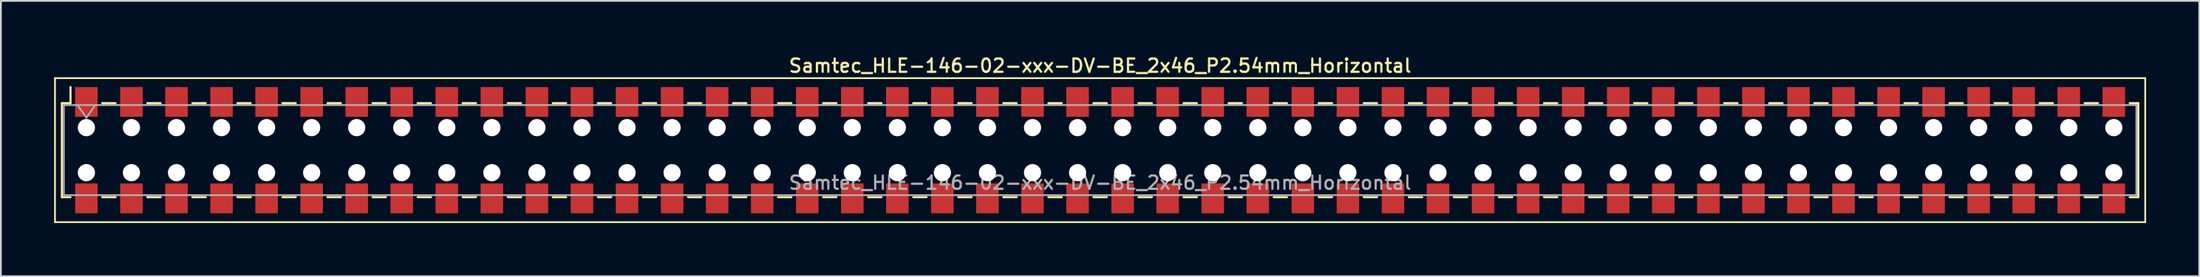
<source format=kicad_pcb>
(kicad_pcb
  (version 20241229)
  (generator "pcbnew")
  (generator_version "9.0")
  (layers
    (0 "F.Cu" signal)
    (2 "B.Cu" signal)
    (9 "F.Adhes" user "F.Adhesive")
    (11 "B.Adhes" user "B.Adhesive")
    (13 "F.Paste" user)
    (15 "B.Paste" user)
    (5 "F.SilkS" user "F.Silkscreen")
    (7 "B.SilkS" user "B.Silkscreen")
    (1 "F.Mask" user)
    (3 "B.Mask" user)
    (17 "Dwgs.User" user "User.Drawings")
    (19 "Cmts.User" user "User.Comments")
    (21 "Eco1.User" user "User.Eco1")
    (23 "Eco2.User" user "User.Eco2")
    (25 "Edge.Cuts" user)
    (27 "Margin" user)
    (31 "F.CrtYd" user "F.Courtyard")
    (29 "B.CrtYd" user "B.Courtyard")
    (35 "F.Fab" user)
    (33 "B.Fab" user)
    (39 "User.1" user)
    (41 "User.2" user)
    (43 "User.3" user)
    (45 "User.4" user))
  (footprint "Samtec_HLE-146-02-xxx-DV-BE_2x46_P2.54mm_Horizontal"
    (layer "F.Cu")
    (at 58.97 5.418)
    (property "Reference" "Samtec_HLE-146-02-xxx-DV-BE_2x46_P2.54mm_Horizontal" (at 0 -4.76 0) (layer "F.SilkS") (effects (font (size 0.75 0.75) (thickness 0.125))))
    (attr smd)
    (fp_line (start -58.92 -4.06) (end 58.92 -4.06) (stroke (width 0.1) (type solid)) (layer "F.SilkS"))
    (fp_line (start -58.92 4.06) (end -58.92 -4.06) (stroke (width 0.1) (type solid)) (layer "F.SilkS"))
    (fp_line (start -58.53 -2.65) (end -58.53 2.65) (stroke (width 0.12) (type solid)) (layer "F.SilkS"))
    (fp_line (start -58.53 2.65) (end -58.045 2.65) (stroke (width 0.12) (type solid)) (layer "F.SilkS"))
    (fp_line (start -58.045 -3.56) (end -58.045 -2.65) (stroke (width 0.12) (type solid)) (layer "F.SilkS"))
    (fp_line (start -58.045 -2.65) (end -58.53 -2.65) (stroke (width 0.12) (type solid)) (layer "F.SilkS"))
    (fp_line (start -56.255 -2.65) (end -55.505 -2.65) (stroke (width 0.12) (type solid)) (layer "F.SilkS"))
    (fp_line (start -56.255 2.65) (end -55.505 2.65) (stroke (width 0.12) (type solid)) (layer "F.SilkS"))
    (fp_line (start -53.715 -2.65) (end -52.965 -2.65) (stroke (width 0.12) (type solid)) (layer "F.SilkS"))
    (fp_line (start -53.715 2.65) (end -52.965 2.65) (stroke (width 0.12) (type solid)) (layer "F.SilkS"))
    (fp_line (start -51.175 -2.65) (end -50.425 -2.65) (stroke (width 0.12) (type solid)) (layer "F.SilkS"))
    (fp_line (start -51.175 2.65) (end -50.425 2.65) (stroke (width 0.12) (type solid)) (layer "F.SilkS"))
    (fp_line (start -48.635 -2.65) (end -47.885 -2.65) (stroke (width 0.12) (type solid)) (layer "F.SilkS"))
    (fp_line (start -48.635 2.65) (end -47.885 2.65) (stroke (width 0.12) (type solid)) (layer "F.SilkS"))
    (fp_line (start -46.095 -2.65) (end -45.345 -2.65) (stroke (width 0.12) (type solid)) (layer "F.SilkS"))
    (fp_line (start -46.095 2.65) (end -45.345 2.65) (stroke (width 0.12) (type solid)) (layer "F.SilkS"))
    (fp_line (start -43.555 -2.65) (end -42.805 -2.65) (stroke (width 0.12) (type solid)) (layer "F.SilkS"))
    (fp_line (start -43.555 2.65) (end -42.805 2.65) (stroke (width 0.12) (type solid)) (layer "F.SilkS"))
    (fp_line (start -41.015 -2.65) (end -40.265 -2.65) (stroke (width 0.12) (type solid)) (layer "F.SilkS"))
    (fp_line (start -41.015 2.65) (end -40.265 2.65) (stroke (width 0.12) (type solid)) (layer "F.SilkS"))
    (fp_line (start -38.475 -2.65) (end -37.725 -2.65) (stroke (width 0.12) (type solid)) (layer "F.SilkS"))
    (fp_line (start -38.475 2.65) (end -37.725 2.65) (stroke (width 0.12) (type solid)) (layer "F.SilkS"))
    (fp_line (start -35.935 -2.65) (end -35.185 -2.65) (stroke (width 0.12) (type solid)) (layer "F.SilkS"))
    (fp_line (start -35.935 2.65) (end -35.185 2.65) (stroke (width 0.12) (type solid)) (layer "F.SilkS"))
    (fp_line (start -33.395 -2.65) (end -32.645 -2.65) (stroke (width 0.12) (type solid)) (layer "F.SilkS"))
    (fp_line (start -33.395 2.65) (end -32.645 2.65) (stroke (width 0.12) (type solid)) (layer "F.SilkS"))
    (fp_line (start -30.855 -2.65) (end -30.105 -2.65) (stroke (width 0.12) (type solid)) (layer "F.SilkS"))
    (fp_line (start -30.855 2.65) (end -30.105 2.65) (stroke (width 0.12) (type solid)) (layer "F.SilkS"))
    (fp_line (start -28.315 -2.65) (end -27.565 -2.65) (stroke (width 0.12) (type solid)) (layer "F.SilkS"))
    (fp_line (start -28.315 2.65) (end -27.565 2.65) (stroke (width 0.12) (type solid)) (layer "F.SilkS"))
    (fp_line (start -25.775 -2.65) (end -25.025 -2.65) (stroke (width 0.12) (type solid)) (layer "F.SilkS"))
    (fp_line (start -25.775 2.65) (end -25.025 2.65) (stroke (width 0.12) (type solid)) (layer "F.SilkS"))
    (fp_line (start -23.235 -2.65) (end -22.485 -2.65) (stroke (width 0.12) (type solid)) (layer "F.SilkS"))
    (fp_line (start -23.235 2.65) (end -22.485 2.65) (stroke (width 0.12) (type solid)) (layer "F.SilkS"))
    (fp_line (start -20.695 -2.65) (end -19.945 -2.65) (stroke (width 0.12) (type solid)) (layer "F.SilkS"))
    (fp_line (start -20.695 2.65) (end -19.945 2.65) (stroke (width 0.12) (type solid)) (layer "F.SilkS"))
    (fp_line (start -18.155 -2.65) (end -17.405 -2.65) (stroke (width 0.12) (type solid)) (layer "F.SilkS"))
    (fp_line (start -18.155 2.65) (end -17.405 2.65) (stroke (width 0.12) (type solid)) (layer "F.SilkS"))
    (fp_line (start -15.615 -2.65) (end -14.865 -2.65) (stroke (width 0.12) (type solid)) (layer "F.SilkS"))
    (fp_line (start -15.615 2.65) (end -14.865 2.65) (stroke (width 0.12) (type solid)) (layer "F.SilkS"))
    (fp_line (start -13.075 -2.65) (end -12.325 -2.65) (stroke (width 0.12) (type solid)) (layer "F.SilkS"))
    (fp_line (start -13.075 2.65) (end -12.325 2.65) (stroke (width 0.12) (type solid)) (layer "F.SilkS"))
    (fp_line (start -10.535 -2.65) (end -9.785 -2.65) (stroke (width 0.12) (type solid)) (layer "F.SilkS"))
    (fp_line (start -10.535 2.65) (end -9.785 2.65) (stroke (width 0.12) (type solid)) (layer "F.SilkS"))
    (fp_line (start -7.995 -2.65) (end -7.245 -2.65) (stroke (width 0.12) (type solid)) (layer "F.SilkS"))
    (fp_line (start -7.995 2.65) (end -7.245 2.65) (stroke (width 0.12) (type solid)) (layer "F.SilkS"))
    (fp_line (start -5.455 -2.65) (end -4.705 -2.65) (stroke (width 0.12) (type solid)) (layer "F.SilkS"))
    (fp_line (start -5.455 2.65) (end -4.705 2.65) (stroke (width 0.12) (type solid)) (layer "F.SilkS"))
    (fp_line (start -2.915 -2.65) (end -2.165 -2.65) (stroke (width 0.12) (type solid)) (layer "F.SilkS"))
    (fp_line (start -2.915 2.65) (end -2.165 2.65) (stroke (width 0.12) (type solid)) (layer "F.SilkS"))
    (fp_line (start -0.375 -2.65) (end 0.375 -2.65) (stroke (width 0.12) (type solid)) (layer "F.SilkS"))
    (fp_line (start -0.375 2.65) (end 0.375 2.65) (stroke (width 0.12) (type solid)) (layer "F.SilkS"))
    (fp_line (start 2.165 -2.65) (end 2.915 -2.65) (stroke (width 0.12) (type solid)) (layer "F.SilkS"))
    (fp_line (start 2.165 2.65) (end 2.915 2.65) (stroke (width 0.12) (type solid)) (layer "F.SilkS"))
    (fp_line (start 4.705 -2.65) (end 5.455 -2.65) (stroke (width 0.12) (type solid)) (layer "F.SilkS"))
    (fp_line (start 4.705 2.65) (end 5.455 2.65) (stroke (width 0.12) (type solid)) (layer "F.SilkS"))
    (fp_line (start 7.245 -2.65) (end 7.995 -2.65) (stroke (width 0.12) (type solid)) (layer "F.SilkS"))
    (fp_line (start 7.245 2.65) (end 7.995 2.65) (stroke (width 0.12) (type solid)) (layer "F.SilkS"))
    (fp_line (start 9.785 -2.65) (end 10.535 -2.65) (stroke (width 0.12) (type solid)) (layer "F.SilkS"))
    (fp_line (start 9.785 2.65) (end 10.535 2.65) (stroke (width 0.12) (type solid)) (layer "F.SilkS"))
    (fp_line (start 12.325 -2.65) (end 13.075 -2.65) (stroke (width 0.12) (type solid)) (layer "F.SilkS"))
    (fp_line (start 12.325 2.65) (end 13.075 2.65) (stroke (width 0.12) (type solid)) (layer "F.SilkS"))
    (fp_line (start 14.865 -2.65) (end 15.615 -2.65) (stroke (width 0.12) (type solid)) (layer "F.SilkS"))
    (fp_line (start 14.865 2.65) (end 15.615 2.65) (stroke (width 0.12) (type solid)) (layer "F.SilkS"))
    (fp_line (start 17.405 -2.65) (end 18.155 -2.65) (stroke (width 0.12) (type solid)) (layer "F.SilkS"))
    (fp_line (start 17.405 2.65) (end 18.155 2.65) (stroke (width 0.12) (type solid)) (layer "F.SilkS"))
    (fp_line (start 19.945 -2.65) (end 20.695 -2.65) (stroke (width 0.12) (type solid)) (layer "F.SilkS"))
    (fp_line (start 19.945 2.65) (end 20.695 2.65) (stroke (width 0.12) (type solid)) (layer "F.SilkS"))
    (fp_line (start 22.485 -2.65) (end 23.235 -2.65) (stroke (width 0.12) (type solid)) (layer "F.SilkS"))
    (fp_line (start 22.485 2.65) (end 23.235 2.65) (stroke (width 0.12) (type solid)) (layer "F.SilkS"))
    (fp_line (start 25.025 -2.65) (end 25.775 -2.65) (stroke (width 0.12) (type solid)) (layer "F.SilkS"))
    (fp_line (start 25.025 2.65) (end 25.775 2.65) (stroke (width 0.12) (type solid)) (layer "F.SilkS"))
    (fp_line (start 27.565 -2.65) (end 28.315 -2.65) (stroke (width 0.12) (type solid)) (layer "F.SilkS"))
    (fp_line (start 27.565 2.65) (end 28.315 2.65) (stroke (width 0.12) (type solid)) (layer "F.SilkS"))
    (fp_line (start 30.105 -2.65) (end 30.855 -2.65) (stroke (width 0.12) (type solid)) (layer "F.SilkS"))
    (fp_line (start 30.105 2.65) (end 30.855 2.65) (stroke (width 0.12) (type solid)) (layer "F.SilkS"))
    (fp_line (start 32.645 -2.65) (end 33.395 -2.65) (stroke (width 0.12) (type solid)) (layer "F.SilkS"))
    (fp_line (start 32.645 2.65) (end 33.395 2.65) (stroke (width 0.12) (type solid)) (layer "F.SilkS"))
    (fp_line (start 35.185 -2.65) (end 35.935 -2.65) (stroke (width 0.12) (type solid)) (layer "F.SilkS"))
    (fp_line (start 35.185 2.65) (end 35.935 2.65) (stroke (width 0.12) (type solid)) (layer "F.SilkS"))
    (fp_line (start 37.725 -2.65) (end 38.475 -2.65) (stroke (width 0.12) (type solid)) (layer "F.SilkS"))
    (fp_line (start 37.725 2.65) (end 38.475 2.65) (stroke (width 0.12) (type solid)) (layer "F.SilkS"))
    (fp_line (start 40.265 -2.65) (end 41.015 -2.65) (stroke (width 0.12) (type solid)) (layer "F.SilkS"))
    (fp_line (start 40.265 2.65) (end 41.015 2.65) (stroke (width 0.12) (type solid)) (layer "F.SilkS"))
    (fp_line (start 42.805 -2.65) (end 43.555 -2.65) (stroke (width 0.12) (type solid)) (layer "F.SilkS"))
    (fp_line (start 42.805 2.65) (end 43.555 2.65) (stroke (width 0.12) (type solid)) (layer "F.SilkS"))
    (fp_line (start 45.345 -2.65) (end 46.095 -2.65) (stroke (width 0.12) (type solid)) (layer "F.SilkS"))
    (fp_line (start 45.345 2.65) (end 46.095 2.65) (stroke (width 0.12) (type solid)) (layer "F.SilkS"))
    (fp_line (start 47.885 -2.65) (end 48.635 -2.65) (stroke (width 0.12) (type solid)) (layer "F.SilkS"))
    (fp_line (start 47.885 2.65) (end 48.635 2.65) (stroke (width 0.12) (type solid)) (layer "F.SilkS"))
    (fp_line (start 50.425 -2.65) (end 51.175 -2.65) (stroke (width 0.12) (type solid)) (layer "F.SilkS"))
    (fp_line (start 50.425 2.65) (end 51.175 2.65) (stroke (width 0.12) (type solid)) (layer "F.SilkS"))
    (fp_line (start 52.965 -2.65) (end 53.715 -2.65) (stroke (width 0.12) (type solid)) (layer "F.SilkS"))
    (fp_line (start 52.965 2.65) (end 53.715 2.65) (stroke (width 0.12) (type solid)) (layer "F.SilkS"))
    (fp_line (start 55.505 -2.65) (end 56.255 -2.65) (stroke (width 0.12) (type solid)) (layer "F.SilkS"))
    (fp_line (start 55.505 2.65) (end 56.255 2.65) (stroke (width 0.12) (type solid)) (layer "F.SilkS"))
    (fp_line (start 58.045 -2.65) (end 58.53 -2.65) (stroke (width 0.12) (type solid)) (layer "F.SilkS"))
    (fp_line (start 58.53 -2.65) (end 58.53 2.65) (stroke (width 0.12) (type solid)) (layer "F.SilkS"))
    (fp_line (start 58.53 2.65) (end 58.045 2.65) (stroke (width 0.12) (type solid)) (layer "F.SilkS"))
    (fp_line (start 58.92 -4.06) (end 58.92 4.06) (stroke (width 0.1) (type solid)) (layer "F.SilkS"))
    (fp_line (start 58.92 4.06) (end -58.92 4.06) (stroke (width 0.1) (type solid)) (layer "F.SilkS"))
    (fp_line (start -58.42 -2.54) (end 58.42 -2.54) (stroke (width 0.1) (type solid)) (layer "F.Fab"))
    (fp_line (start -58.42 2.54) (end -58.42 -2.54) (stroke (width 0.1) (type solid)) (layer "F.Fab"))
    (fp_line (start -57.65 -2.54) (end -57.15 -1.833) (stroke (width 0.1) (type solid)) (layer "F.Fab"))
    (fp_line (start -57.15 -1.833) (end -56.65 -2.54) (stroke (width 0.1) (type solid)) (layer "F.Fab"))
    (fp_line (start 58.42 -2.54) (end 58.42 2.54) (stroke (width 0.1) (type solid)) (layer "F.Fab"))
    (fp_line (start 58.42 2.54) (end -58.42 2.54) (stroke (width 0.1) (type solid)) (layer "F.Fab"))
    (fp_text user "${REFERENCE}" (at 0 1.84 0) (layer "F.Fab") (effects (font (size 0.75 0.75) (thickness 0.125))))
    (pad "" np_thru_hole circle (at -57.15 -1.27) (size 0.97 0.97) (drill 0.97) (layers "*.Cu" "*.Mask"))
    (pad "" np_thru_hole circle (at -57.15 1.27) (size 0.97 0.97) (drill 0.97) (layers "*.Cu" "*.Mask"))
    (pad "" np_thru_hole circle (at -54.61 -1.27) (size 0.97 0.97) (drill 0.97) (layers "*.Cu" "*.Mask"))
    (pad "" np_thru_hole circle (at -54.61 1.27) (size 0.97 0.97) (drill 0.97) (layers "*.Cu" "*.Mask"))
    (pad "" np_thru_hole circle (at -52.07 -1.27) (size 0.97 0.97) (drill 0.97) (layers "*.Cu" "*.Mask"))
    (pad "" np_thru_hole circle (at -52.07 1.27) (size 0.97 0.97) (drill 0.97) (layers "*.Cu" "*.Mask"))
    (pad "" np_thru_hole circle (at -49.53 -1.27) (size 0.97 0.97) (drill 0.97) (layers "*.Cu" "*.Mask"))
    (pad "" np_thru_hole circle (at -49.53 1.27) (size 0.97 0.97) (drill 0.97) (layers "*.Cu" "*.Mask"))
    (pad "" np_thru_hole circle (at -46.99 -1.27) (size 0.97 0.97) (drill 0.97) (layers "*.Cu" "*.Mask"))
    (pad "" np_thru_hole circle (at -46.99 1.27) (size 0.97 0.97) (drill 0.97) (layers "*.Cu" "*.Mask"))
    (pad "" np_thru_hole circle (at -44.45 -1.27) (size 0.97 0.97) (drill 0.97) (layers "*.Cu" "*.Mask"))
    (pad "" np_thru_hole circle (at -44.45 1.27) (size 0.97 0.97) (drill 0.97) (layers "*.Cu" "*.Mask"))
    (pad "" np_thru_hole circle (at -41.91 -1.27) (size 0.97 0.97) (drill 0.97) (layers "*.Cu" "*.Mask"))
    (pad "" np_thru_hole circle (at -41.91 1.27) (size 0.97 0.97) (drill 0.97) (layers "*.Cu" "*.Mask"))
    (pad "" np_thru_hole circle (at -39.37 -1.27) (size 0.97 0.97) (drill 0.97) (layers "*.Cu" "*.Mask"))
    (pad "" np_thru_hole circle (at -39.37 1.27) (size 0.97 0.97) (drill 0.97) (layers "*.Cu" "*.Mask"))
    (pad "" np_thru_hole circle (at -36.83 -1.27) (size 0.97 0.97) (drill 0.97) (layers "*.Cu" "*.Mask"))
    (pad "" np_thru_hole circle (at -36.83 1.27) (size 0.97 0.97) (drill 0.97) (layers "*.Cu" "*.Mask"))
    (pad "" np_thru_hole circle (at -34.29 -1.27) (size 0.97 0.97) (drill 0.97) (layers "*.Cu" "*.Mask"))
    (pad "" np_thru_hole circle (at -34.29 1.27) (size 0.97 0.97) (drill 0.97) (layers "*.Cu" "*.Mask"))
    (pad "" np_thru_hole circle (at -31.75 -1.27) (size 0.97 0.97) (drill 0.97) (layers "*.Cu" "*.Mask"))
    (pad "" np_thru_hole circle (at -31.75 1.27) (size 0.97 0.97) (drill 0.97) (layers "*.Cu" "*.Mask"))
    (pad "" np_thru_hole circle (at -29.21 -1.27) (size 0.97 0.97) (drill 0.97) (layers "*.Cu" "*.Mask"))
    (pad "" np_thru_hole circle (at -29.21 1.27) (size 0.97 0.97) (drill 0.97) (layers "*.Cu" "*.Mask"))
    (pad "" np_thru_hole circle (at -26.67 -1.27) (size 0.97 0.97) (drill 0.97) (layers "*.Cu" "*.Mask"))
    (pad "" np_thru_hole circle (at -26.67 1.27) (size 0.97 0.97) (drill 0.97) (layers "*.Cu" "*.Mask"))
    (pad "" np_thru_hole circle (at -24.13 -1.27) (size 0.97 0.97) (drill 0.97) (layers "*.Cu" "*.Mask"))
    (pad "" np_thru_hole circle (at -24.13 1.27) (size 0.97 0.97) (drill 0.97) (layers "*.Cu" "*.Mask"))
    (pad "" np_thru_hole circle (at -21.59 -1.27) (size 0.97 0.97) (drill 0.97) (layers "*.Cu" "*.Mask"))
    (pad "" np_thru_hole circle (at -21.59 1.27) (size 0.97 0.97) (drill 0.97) (layers "*.Cu" "*.Mask"))
    (pad "" np_thru_hole circle (at -19.05 -1.27) (size 0.97 0.97) (drill 0.97) (layers "*.Cu" "*.Mask"))
    (pad "" np_thru_hole circle (at -19.05 1.27) (size 0.97 0.97) (drill 0.97) (layers "*.Cu" "*.Mask"))
    (pad "" np_thru_hole circle (at -16.51 -1.27) (size 0.97 0.97) (drill 0.97) (layers "*.Cu" "*.Mask"))
    (pad "" np_thru_hole circle (at -16.51 1.27) (size 0.97 0.97) (drill 0.97) (layers "*.Cu" "*.Mask"))
    (pad "" np_thru_hole circle (at -13.97 -1.27) (size 0.97 0.97) (drill 0.97) (layers "*.Cu" "*.Mask"))
    (pad "" np_thru_hole circle (at -13.97 1.27) (size 0.97 0.97) (drill 0.97) (layers "*.Cu" "*.Mask"))
    (pad "" np_thru_hole circle (at -11.43 -1.27) (size 0.97 0.97) (drill 0.97) (layers "*.Cu" "*.Mask"))
    (pad "" np_thru_hole circle (at -11.43 1.27) (size 0.97 0.97) (drill 0.97) (layers "*.Cu" "*.Mask"))
    (pad "" np_thru_hole circle (at -8.89 -1.27) (size 0.97 0.97) (drill 0.97) (layers "*.Cu" "*.Mask"))
    (pad "" np_thru_hole circle (at -8.89 1.27) (size 0.97 0.97) (drill 0.97) (layers "*.Cu" "*.Mask"))
    (pad "" np_thru_hole circle (at -6.35 -1.27) (size 0.97 0.97) (drill 0.97) (layers "*.Cu" "*.Mask"))
    (pad "" np_thru_hole circle (at -6.35 1.27) (size 0.97 0.97) (drill 0.97) (layers "*.Cu" "*.Mask"))
    (pad "" np_thru_hole circle (at -3.81 -1.27) (size 0.97 0.97) (drill 0.97) (layers "*.Cu" "*.Mask"))
    (pad "" np_thru_hole circle (at -3.81 1.27) (size 0.97 0.97) (drill 0.97) (layers "*.Cu" "*.Mask"))
    (pad "" np_thru_hole circle (at -1.27 -1.27) (size 0.97 0.97) (drill 0.97) (layers "*.Cu" "*.Mask"))
    (pad "" np_thru_hole circle (at -1.27 1.27) (size 0.97 0.97) (drill 0.97) (layers "*.Cu" "*.Mask"))
    (pad "" np_thru_hole circle (at 1.27 -1.27) (size 0.97 0.97) (drill 0.97) (layers "*.Cu" "*.Mask"))
    (pad "" np_thru_hole circle (at 1.27 1.27) (size 0.97 0.97) (drill 0.97) (layers "*.Cu" "*.Mask"))
    (pad "" np_thru_hole circle (at 3.81 -1.27) (size 0.97 0.97) (drill 0.97) (layers "*.Cu" "*.Mask"))
    (pad "" np_thru_hole circle (at 3.81 1.27) (size 0.97 0.97) (drill 0.97) (layers "*.Cu" "*.Mask"))
    (pad "" np_thru_hole circle (at 6.35 -1.27) (size 0.97 0.97) (drill 0.97) (layers "*.Cu" "*.Mask"))
    (pad "" np_thru_hole circle (at 6.35 1.27) (size 0.97 0.97) (drill 0.97) (layers "*.Cu" "*.Mask"))
    (pad "" np_thru_hole circle (at 8.89 -1.27) (size 0.97 0.97) (drill 0.97) (layers "*.Cu" "*.Mask"))
    (pad "" np_thru_hole circle (at 8.89 1.27) (size 0.97 0.97) (drill 0.97) (layers "*.Cu" "*.Mask"))
    (pad "" np_thru_hole circle (at 11.43 -1.27) (size 0.97 0.97) (drill 0.97) (layers "*.Cu" "*.Mask"))
    (pad "" np_thru_hole circle (at 11.43 1.27) (size 0.97 0.97) (drill 0.97) (layers "*.Cu" "*.Mask"))
    (pad "" np_thru_hole circle (at 13.97 -1.27) (size 0.97 0.97) (drill 0.97) (layers "*.Cu" "*.Mask"))
    (pad "" np_thru_hole circle (at 13.97 1.27) (size 0.97 0.97) (drill 0.97) (layers "*.Cu" "*.Mask"))
    (pad "" np_thru_hole circle (at 16.51 -1.27) (size 0.97 0.97) (drill 0.97) (layers "*.Cu" "*.Mask"))
    (pad "" np_thru_hole circle (at 16.51 1.27) (size 0.97 0.97) (drill 0.97) (layers "*.Cu" "*.Mask"))
    (pad "" np_thru_hole circle (at 19.05 -1.27) (size 0.97 0.97) (drill 0.97) (layers "*.Cu" "*.Mask"))
    (pad "" np_thru_hole circle (at 19.05 1.27) (size 0.97 0.97) (drill 0.97) (layers "*.Cu" "*.Mask"))
    (pad "" np_thru_hole circle (at 21.59 -1.27) (size 0.97 0.97) (drill 0.97) (layers "*.Cu" "*.Mask"))
    (pad "" np_thru_hole circle (at 21.59 1.27) (size 0.97 0.97) (drill 0.97) (layers "*.Cu" "*.Mask"))
    (pad "" np_thru_hole circle (at 24.13 -1.27) (size 0.97 0.97) (drill 0.97) (layers "*.Cu" "*.Mask"))
    (pad "" np_thru_hole circle (at 24.13 1.27) (size 0.97 0.97) (drill 0.97) (layers "*.Cu" "*.Mask"))
    (pad "" np_thru_hole circle (at 26.67 -1.27) (size 0.97 0.97) (drill 0.97) (layers "*.Cu" "*.Mask"))
    (pad "" np_thru_hole circle (at 26.67 1.27) (size 0.97 0.97) (drill 0.97) (layers "*.Cu" "*.Mask"))
    (pad "" np_thru_hole circle (at 29.21 -1.27) (size 0.97 0.97) (drill 0.97) (layers "*.Cu" "*.Mask"))
    (pad "" np_thru_hole circle (at 29.21 1.27) (size 0.97 0.97) (drill 0.97) (layers "*.Cu" "*.Mask"))
    (pad "" np_thru_hole circle (at 31.75 -1.27) (size 0.97 0.97) (drill 0.97) (layers "*.Cu" "*.Mask"))
    (pad "" np_thru_hole circle (at 31.75 1.27) (size 0.97 0.97) (drill 0.97) (layers "*.Cu" "*.Mask"))
    (pad "" np_thru_hole circle (at 34.29 -1.27) (size 0.97 0.97) (drill 0.97) (layers "*.Cu" "*.Mask"))
    (pad "" np_thru_hole circle (at 34.29 1.27) (size 0.97 0.97) (drill 0.97) (layers "*.Cu" "*.Mask"))
    (pad "" np_thru_hole circle (at 36.83 -1.27) (size 0.97 0.97) (drill 0.97) (layers "*.Cu" "*.Mask"))
    (pad "" np_thru_hole circle (at 36.83 1.27) (size 0.97 0.97) (drill 0.97) (layers "*.Cu" "*.Mask"))
    (pad "" np_thru_hole circle (at 39.37 -1.27) (size 0.97 0.97) (drill 0.97) (layers "*.Cu" "*.Mask"))
    (pad "" np_thru_hole circle (at 39.37 1.27) (size 0.97 0.97) (drill 0.97) (layers "*.Cu" "*.Mask"))
    (pad "" np_thru_hole circle (at 41.91 -1.27) (size 0.97 0.97) (drill 0.97) (layers "*.Cu" "*.Mask"))
    (pad "" np_thru_hole circle (at 41.91 1.27) (size 0.97 0.97) (drill 0.97) (layers "*.Cu" "*.Mask"))
    (pad "" np_thru_hole circle (at 44.45 -1.27) (size 0.97 0.97) (drill 0.97) (layers "*.Cu" "*.Mask"))
    (pad "" np_thru_hole circle (at 44.45 1.27) (size 0.97 0.97) (drill 0.97) (layers "*.Cu" "*.Mask"))
    (pad "" np_thru_hole circle (at 46.99 -1.27) (size 0.97 0.97) (drill 0.97) (layers "*.Cu" "*.Mask"))
    (pad "" np_thru_hole circle (at 46.99 1.27) (size 0.97 0.97) (drill 0.97) (layers "*.Cu" "*.Mask"))
    (pad "" np_thru_hole circle (at 49.53 -1.27) (size 0.97 0.97) (drill 0.97) (layers "*.Cu" "*.Mask"))
    (pad "" np_thru_hole circle (at 49.53 1.27) (size 0.97 0.97) (drill 0.97) (layers "*.Cu" "*.Mask"))
    (pad "" np_thru_hole circle (at 52.07 -1.27) (size 0.97 0.97) (drill 0.97) (layers "*.Cu" "*.Mask"))
    (pad "" np_thru_hole circle (at 52.07 1.27) (size 0.97 0.97) (drill 0.97) (layers "*.Cu" "*.Mask"))
    (pad "" np_thru_hole circle (at 54.61 -1.27) (size 0.97 0.97) (drill 0.97) (layers "*.Cu" "*.Mask"))
    (pad "" np_thru_hole circle (at 54.61 1.27) (size 0.97 0.97) (drill 0.97) (layers "*.Cu" "*.Mask"))
    (pad "" np_thru_hole circle (at 57.15 -1.27) (size 0.97 0.97) (drill 0.97) (layers "*.Cu" "*.Mask"))
    (pad "" np_thru_hole circle (at 57.15 1.27) (size 0.97 0.97) (drill 0.97) (layers "*.Cu" "*.Mask"))
    (pad "1" smd rect (at -57.15 -2.72) (size 1.27 1.68) (layers "F.Cu" "F.Mask" "F.Paste"))
    (pad "2" smd rect (at -57.15 2.72) (size 1.27 1.68) (layers "F.Cu" "F.Mask" "F.Paste"))
    (pad "3" smd rect (at -54.61 -2.72) (size 1.27 1.68) (layers "F.Cu" "F.Mask" "F.Paste"))
    (pad "4" smd rect (at -54.61 2.72) (size 1.27 1.68) (layers "F.Cu" "F.Mask" "F.Paste"))
    (pad "5" smd rect (at -52.07 -2.72) (size 1.27 1.68) (layers "F.Cu" "F.Mask" "F.Paste"))
    (pad "6" smd rect (at -52.07 2.72) (size 1.27 1.68) (layers "F.Cu" "F.Mask" "F.Paste"))
    (pad "7" smd rect (at -49.53 -2.72) (size 1.27 1.68) (layers "F.Cu" "F.Mask" "F.Paste"))
    (pad "8" smd rect (at -49.53 2.72) (size 1.27 1.68) (layers "F.Cu" "F.Mask" "F.Paste"))
    (pad "9" smd rect (at -46.99 -2.72) (size 1.27 1.68) (layers "F.Cu" "F.Mask" "F.Paste"))
    (pad "10" smd rect (at -46.99 2.72) (size 1.27 1.68) (layers "F.Cu" "F.Mask" "F.Paste"))
    (pad "11" smd rect (at -44.45 -2.72) (size 1.27 1.68) (layers "F.Cu" "F.Mask" "F.Paste"))
    (pad "12" smd rect (at -44.45 2.72) (size 1.27 1.68) (layers "F.Cu" "F.Mask" "F.Paste"))
    (pad "13" smd rect (at -41.91 -2.72) (size 1.27 1.68) (layers "F.Cu" "F.Mask" "F.Paste"))
    (pad "14" smd rect (at -41.91 2.72) (size 1.27 1.68) (layers "F.Cu" "F.Mask" "F.Paste"))
    (pad "15" smd rect (at -39.37 -2.72) (size 1.27 1.68) (layers "F.Cu" "F.Mask" "F.Paste"))
    (pad "16" smd rect (at -39.37 2.72) (size 1.27 1.68) (layers "F.Cu" "F.Mask" "F.Paste"))
    (pad "17" smd rect (at -36.83 -2.72) (size 1.27 1.68) (layers "F.Cu" "F.Mask" "F.Paste"))
    (pad "18" smd rect (at -36.83 2.72) (size 1.27 1.68) (layers "F.Cu" "F.Mask" "F.Paste"))
    (pad "19" smd rect (at -34.29 -2.72) (size 1.27 1.68) (layers "F.Cu" "F.Mask" "F.Paste"))
    (pad "20" smd rect (at -34.29 2.72) (size 1.27 1.68) (layers "F.Cu" "F.Mask" "F.Paste"))
    (pad "21" smd rect (at -31.75 -2.72) (size 1.27 1.68) (layers "F.Cu" "F.Mask" "F.Paste"))
    (pad "22" smd rect (at -31.75 2.72) (size 1.27 1.68) (layers "F.Cu" "F.Mask" "F.Paste"))
    (pad "23" smd rect (at -29.21 -2.72) (size 1.27 1.68) (layers "F.Cu" "F.Mask" "F.Paste"))
    (pad "24" smd rect (at -29.21 2.72) (size 1.27 1.68) (layers "F.Cu" "F.Mask" "F.Paste"))
    (pad "25" smd rect (at -26.67 -2.72) (size 1.27 1.68) (layers "F.Cu" "F.Mask" "F.Paste"))
    (pad "26" smd rect (at -26.67 2.72) (size 1.27 1.68) (layers "F.Cu" "F.Mask" "F.Paste"))
    (pad "27" smd rect (at -24.13 -2.72) (size 1.27 1.68) (layers "F.Cu" "F.Mask" "F.Paste"))
    (pad "28" smd rect (at -24.13 2.72) (size 1.27 1.68) (layers "F.Cu" "F.Mask" "F.Paste"))
    (pad "29" smd rect (at -21.59 -2.72) (size 1.27 1.68) (layers "F.Cu" "F.Mask" "F.Paste"))
    (pad "30" smd rect (at -21.59 2.72) (size 1.27 1.68) (layers "F.Cu" "F.Mask" "F.Paste"))
    (pad "31" smd rect (at -19.05 -2.72) (size 1.27 1.68) (layers "F.Cu" "F.Mask" "F.Paste"))
    (pad "32" smd rect (at -19.05 2.72) (size 1.27 1.68) (layers "F.Cu" "F.Mask" "F.Paste"))
    (pad "33" smd rect (at -16.51 -2.72) (size 1.27 1.68) (layers "F.Cu" "F.Mask" "F.Paste"))
    (pad "34" smd rect (at -16.51 2.72) (size 1.27 1.68) (layers "F.Cu" "F.Mask" "F.Paste"))
    (pad "35" smd rect (at -13.97 -2.72) (size 1.27 1.68) (layers "F.Cu" "F.Mask" "F.Paste"))
    (pad "36" smd rect (at -13.97 2.72) (size 1.27 1.68) (layers "F.Cu" "F.Mask" "F.Paste"))
    (pad "37" smd rect (at -11.43 -2.72) (size 1.27 1.68) (layers "F.Cu" "F.Mask" "F.Paste"))
    (pad "38" smd rect (at -11.43 2.72) (size 1.27 1.68) (layers "F.Cu" "F.Mask" "F.Paste"))
    (pad "39" smd rect (at -8.89 -2.72) (size 1.27 1.68) (layers "F.Cu" "F.Mask" "F.Paste"))
    (pad "40" smd rect (at -8.89 2.72) (size 1.27 1.68) (layers "F.Cu" "F.Mask" "F.Paste"))
    (pad "41" smd rect (at -6.35 -2.72) (size 1.27 1.68) (layers "F.Cu" "F.Mask" "F.Paste"))
    (pad "42" smd rect (at -6.35 2.72) (size 1.27 1.68) (layers "F.Cu" "F.Mask" "F.Paste"))
    (pad "43" smd rect (at -3.81 -2.72) (size 1.27 1.68) (layers "F.Cu" "F.Mask" "F.Paste"))
    (pad "44" smd rect (at -3.81 2.72) (size 1.27 1.68) (layers "F.Cu" "F.Mask" "F.Paste"))
    (pad "45" smd rect (at -1.27 -2.72) (size 1.27 1.68) (layers "F.Cu" "F.Mask" "F.Paste"))
    (pad "46" smd rect (at -1.27 2.72) (size 1.27 1.68) (layers "F.Cu" "F.Mask" "F.Paste"))
    (pad "47" smd rect (at 1.27 -2.72) (size 1.27 1.68) (layers "F.Cu" "F.Mask" "F.Paste"))
    (pad "48" smd rect (at 1.27 2.72) (size 1.27 1.68) (layers "F.Cu" "F.Mask" "F.Paste"))
    (pad "49" smd rect (at 3.81 -2.72) (size 1.27 1.68) (layers "F.Cu" "F.Mask" "F.Paste"))
    (pad "50" smd rect (at 3.81 2.72) (size 1.27 1.68) (layers "F.Cu" "F.Mask" "F.Paste"))
    (pad "51" smd rect (at 6.35 -2.72) (size 1.27 1.68) (layers "F.Cu" "F.Mask" "F.Paste"))
    (pad "52" smd rect (at 6.35 2.72) (size 1.27 1.68) (layers "F.Cu" "F.Mask" "F.Paste"))
    (pad "53" smd rect (at 8.89 -2.72) (size 1.27 1.68) (layers "F.Cu" "F.Mask" "F.Paste"))
    (pad "54" smd rect (at 8.89 2.72) (size 1.27 1.68) (layers "F.Cu" "F.Mask" "F.Paste"))
    (pad "55" smd rect (at 11.43 -2.72) (size 1.27 1.68) (layers "F.Cu" "F.Mask" "F.Paste"))
    (pad "56" smd rect (at 11.43 2.72) (size 1.27 1.68) (layers "F.Cu" "F.Mask" "F.Paste"))
    (pad "57" smd rect (at 13.97 -2.72) (size 1.27 1.68) (layers "F.Cu" "F.Mask" "F.Paste"))
    (pad "58" smd rect (at 13.97 2.72) (size 1.27 1.68) (layers "F.Cu" "F.Mask" "F.Paste"))
    (pad "59" smd rect (at 16.51 -2.72) (size 1.27 1.68) (layers "F.Cu" "F.Mask" "F.Paste"))
    (pad "60" smd rect (at 16.51 2.72) (size 1.27 1.68) (layers "F.Cu" "F.Mask" "F.Paste"))
    (pad "61" smd rect (at 19.05 -2.72) (size 1.27 1.68) (layers "F.Cu" "F.Mask" "F.Paste"))
    (pad "62" smd rect (at 19.05 2.72) (size 1.27 1.68) (layers "F.Cu" "F.Mask" "F.Paste"))
    (pad "63" smd rect (at 21.59 -2.72) (size 1.27 1.68) (layers "F.Cu" "F.Mask" "F.Paste"))
    (pad "64" smd rect (at 21.59 2.72) (size 1.27 1.68) (layers "F.Cu" "F.Mask" "F.Paste"))
    (pad "65" smd rect (at 24.13 -2.72) (size 1.27 1.68) (layers "F.Cu" "F.Mask" "F.Paste"))
    (pad "66" smd rect (at 24.13 2.72) (size 1.27 1.68) (layers "F.Cu" "F.Mask" "F.Paste"))
    (pad "67" smd rect (at 26.67 -2.72) (size 1.27 1.68) (layers "F.Cu" "F.Mask" "F.Paste"))
    (pad "68" smd rect (at 26.67 2.72) (size 1.27 1.68) (layers "F.Cu" "F.Mask" "F.Paste"))
    (pad "69" smd rect (at 29.21 -2.72) (size 1.27 1.68) (layers "F.Cu" "F.Mask" "F.Paste"))
    (pad "70" smd rect (at 29.21 2.72) (size 1.27 1.68) (layers "F.Cu" "F.Mask" "F.Paste"))
    (pad "71" smd rect (at 31.75 -2.72) (size 1.27 1.68) (layers "F.Cu" "F.Mask" "F.Paste"))
    (pad "72" smd rect (at 31.75 2.72) (size 1.27 1.68) (layers "F.Cu" "F.Mask" "F.Paste"))
    (pad "73" smd rect (at 34.29 -2.72) (size 1.27 1.68) (layers "F.Cu" "F.Mask" "F.Paste"))
    (pad "74" smd rect (at 34.29 2.72) (size 1.27 1.68) (layers "F.Cu" "F.Mask" "F.Paste"))
    (pad "75" smd rect (at 36.83 -2.72) (size 1.27 1.68) (layers "F.Cu" "F.Mask" "F.Paste"))
    (pad "76" smd rect (at 36.83 2.72) (size 1.27 1.68) (layers "F.Cu" "F.Mask" "F.Paste"))
    (pad "77" smd rect (at 39.37 -2.72) (size 1.27 1.68) (layers "F.Cu" "F.Mask" "F.Paste"))
    (pad "78" smd rect (at 39.37 2.72) (size 1.27 1.68) (layers "F.Cu" "F.Mask" "F.Paste"))
    (pad "79" smd rect (at 41.91 -2.72) (size 1.27 1.68) (layers "F.Cu" "F.Mask" "F.Paste"))
    (pad "80" smd rect (at 41.91 2.72) (size 1.27 1.68) (layers "F.Cu" "F.Mask" "F.Paste"))
    (pad "81" smd rect (at 44.45 -2.72) (size 1.27 1.68) (layers "F.Cu" "F.Mask" "F.Paste"))
    (pad "82" smd rect (at 44.45 2.72) (size 1.27 1.68) (layers "F.Cu" "F.Mask" "F.Paste"))
    (pad "83" smd rect (at 46.99 -2.72) (size 1.27 1.68) (layers "F.Cu" "F.Mask" "F.Paste"))
    (pad "84" smd rect (at 46.99 2.72) (size 1.27 1.68) (layers "F.Cu" "F.Mask" "F.Paste"))
    (pad "85" smd rect (at 49.53 -2.72) (size 1.27 1.68) (layers "F.Cu" "F.Mask" "F.Paste"))
    (pad "86" smd rect (at 49.53 2.72) (size 1.27 1.68) (layers "F.Cu" "F.Mask" "F.Paste"))
    (pad "87" smd rect (at 52.07 -2.72) (size 1.27 1.68) (layers "F.Cu" "F.Mask" "F.Paste"))
    (pad "88" smd rect (at 52.07 2.72) (size 1.27 1.68) (layers "F.Cu" "F.Mask" "F.Paste"))
    (pad "89" smd rect (at 54.61 -2.72) (size 1.27 1.68) (layers "F.Cu" "F.Mask" "F.Paste"))
    (pad "90" smd rect (at 54.61 2.72) (size 1.27 1.68) (layers "F.Cu" "F.Mask" "F.Paste"))
    (pad "91" smd rect (at 57.15 -2.72) (size 1.27 1.68) (layers "F.Cu" "F.Mask" "F.Paste"))
    (pad "92" smd rect (at 57.15 2.72) (size 1.27 1.68) (layers "F.Cu" "F.Mask" "F.Paste")))
  (gr_rect
    (start -3 -3)
    (end 120.94 12.528)
    (stroke (width 0.1) (type default))
    (fill no)
    (layer "Edge.Cuts")))
</source>
